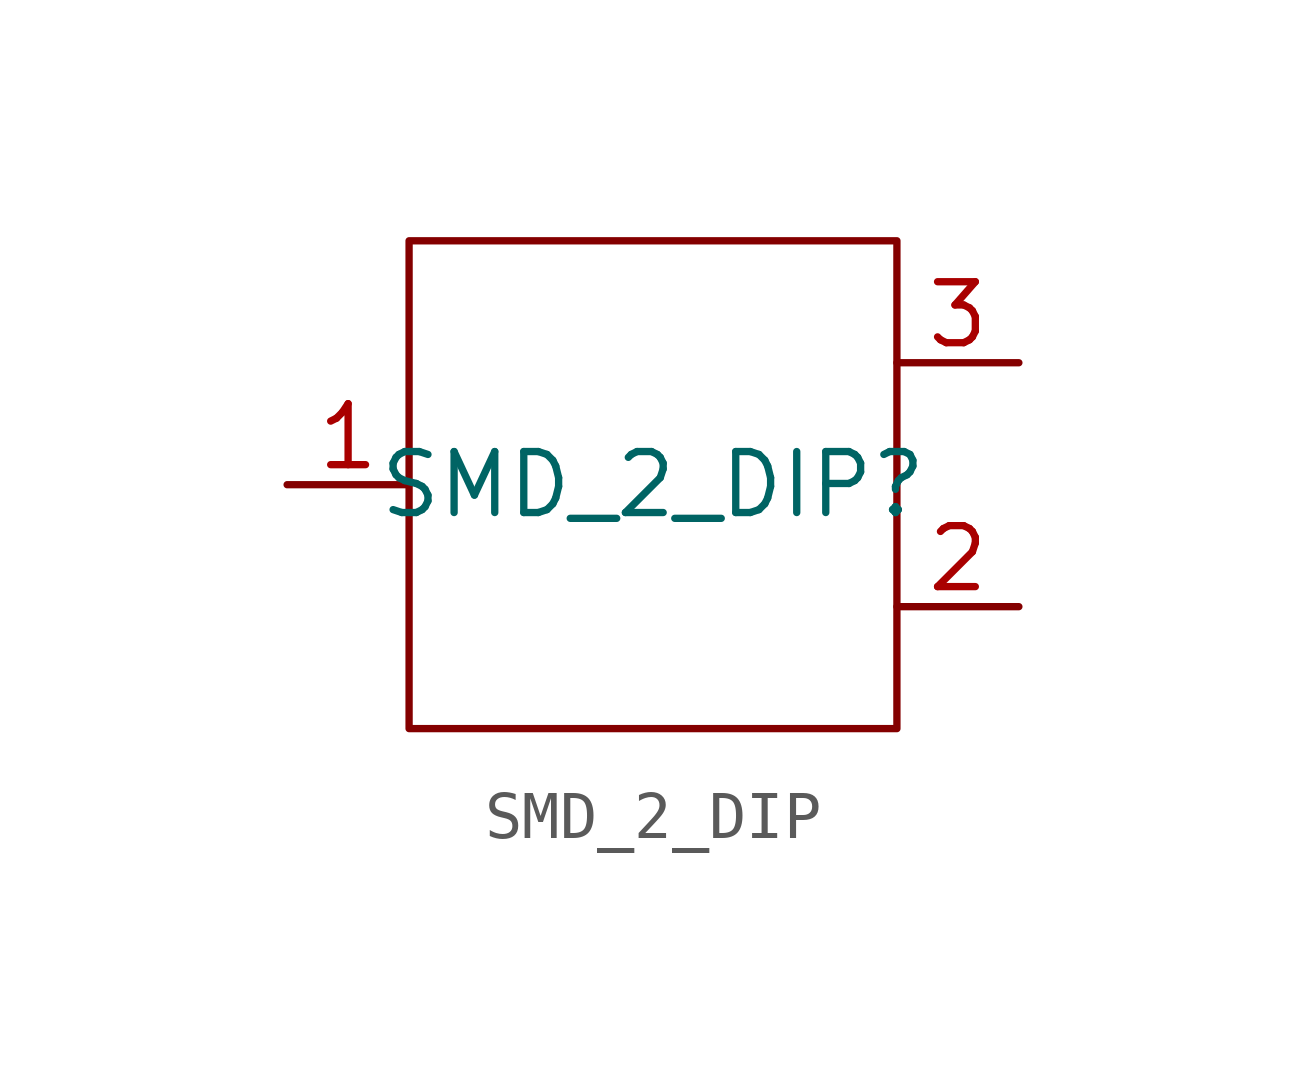
<source format=kicad_sym>
(kicad_symbol_lib
  (version 20220914)
  (generator kicad_symbol_editor)
  (symbol "SMD_2_DIP"
    (property "Reference" "SMD_2_DIP"
      (at 0 0 0)
      (effects (font (size 1.27 1.27))))
    (property "Value" ""
      (at 0 0 0)
      (effects (font (size 1.27 1.27))))
    (symbol "SMD_2_DIP_0_1"
      (rectangle (start -5.08 5.08) (end 5.08 -5.08) (stroke (width 0) (type default)) (fill (type none))))
    (symbol "SMD_2_DIP_1_1"
      (pin bidirectional line (at -7.62 0 0) (length 2.54) (name "" (effects (font (size 1.27 1.27)))) (number "1" (effects (font (size 1.27 1.27)))))
      (pin bidirectional line (at 7.62 -2.54 180) (length 2.54) (name "" (effects (font (size 1.27 1.27)))) (number "2" (effects (font (size 1.27 1.27)))))
      (pin bidirectional line (at 7.62 2.54 180) (length 2.54) (name "" (effects (font (size 1.27 1.27)))) (number "3" (effects (font (size 1.27 1.27))))))))
</source>
